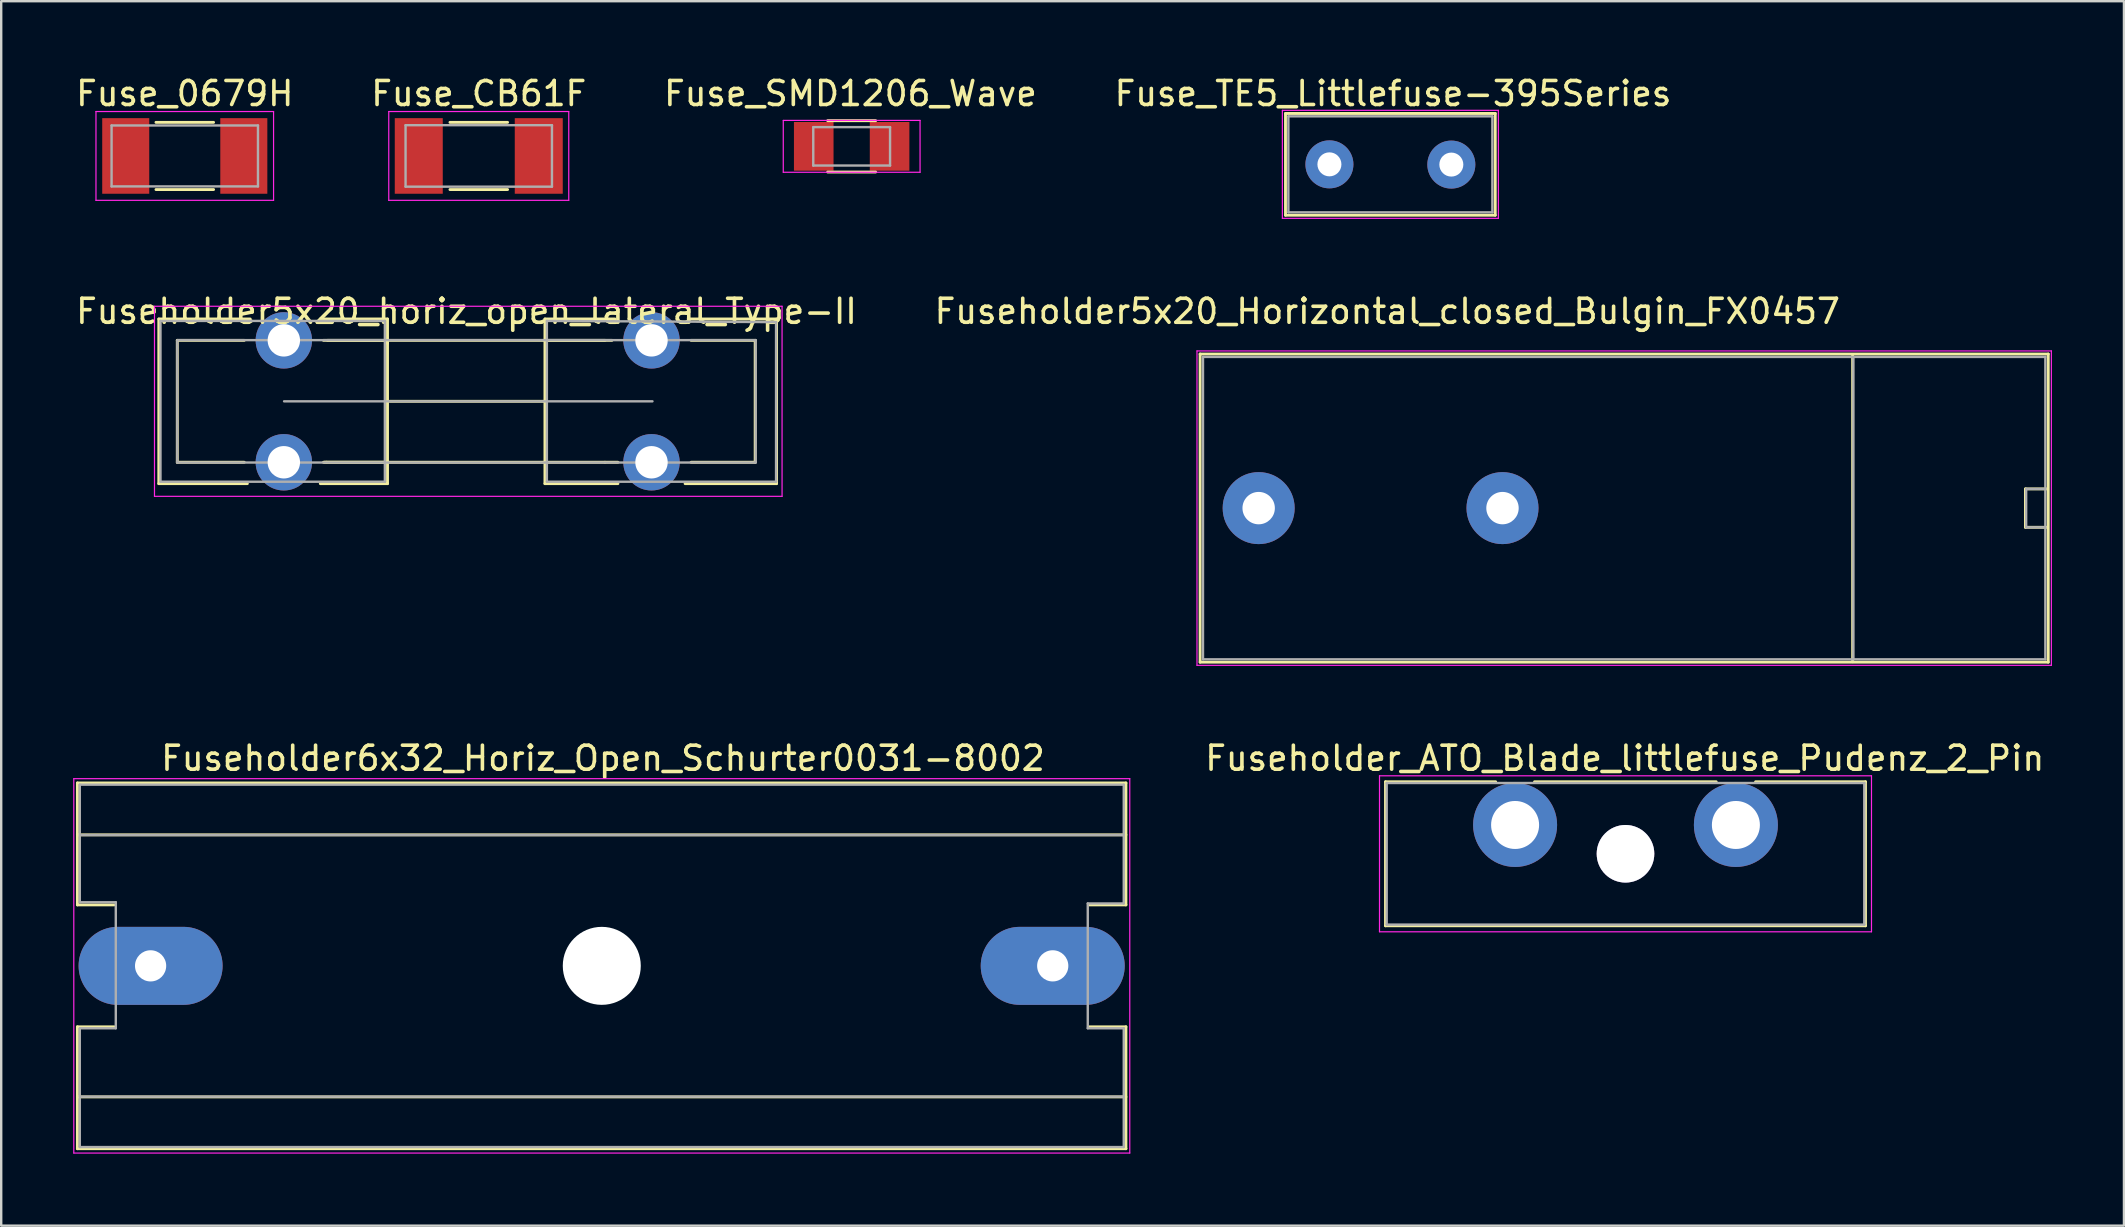
<source format=kicad_pcb>
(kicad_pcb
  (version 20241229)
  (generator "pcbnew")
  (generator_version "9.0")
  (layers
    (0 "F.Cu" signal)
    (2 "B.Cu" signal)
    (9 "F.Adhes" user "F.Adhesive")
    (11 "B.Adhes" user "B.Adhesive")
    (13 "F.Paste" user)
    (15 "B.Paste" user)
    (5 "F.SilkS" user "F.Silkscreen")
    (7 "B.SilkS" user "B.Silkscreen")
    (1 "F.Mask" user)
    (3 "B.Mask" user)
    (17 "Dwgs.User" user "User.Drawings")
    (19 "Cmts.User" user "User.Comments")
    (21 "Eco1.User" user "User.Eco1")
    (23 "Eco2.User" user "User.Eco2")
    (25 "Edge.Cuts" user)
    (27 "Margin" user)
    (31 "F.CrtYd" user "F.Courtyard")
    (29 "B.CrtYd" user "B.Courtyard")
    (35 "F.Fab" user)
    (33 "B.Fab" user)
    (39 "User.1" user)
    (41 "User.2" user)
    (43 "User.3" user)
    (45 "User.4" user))
  (footprint "Fuseholder5x20_horiz_open_lateral_Type-II"
    (layer "F.Cu")
    (at 8.777 11.132)
    (property "Reference" "Fuseholder5x20_horiz_open_lateral_Type-II" (at 7.61 -1.21 0) (layer "F.SilkS") (effects (font (size 1 1) (thickness 0.15))))
    (attr through_hole)
    (fp_line (start -5.21 -0.89) (end -5.21 5.97) (stroke (width 0.12) (type solid)) (layer "F.SilkS"))
    (fp_line (start -5.21 -0.89) (end -1.4 -0.89) (stroke (width 0.12) (type solid)) (layer "F.SilkS"))
    (fp_line (start -5.21 5.97) (end -1.52 5.97) (stroke (width 0.12) (type solid)) (layer "F.SilkS"))
    (fp_line (start -4.44 0) (end -4.44 5.08) (stroke (width 0.12) (type solid)) (layer "F.SilkS"))
    (fp_line (start -4.44 0) (end -1.65 0) (stroke (width 0.12) (type solid)) (layer "F.SilkS"))
    (fp_line (start -4.44 5.08) (end -1.65 5.08) (stroke (width 0.12) (type solid)) (layer "F.SilkS"))
    (fp_line (start 1.78 5.08) (end 1.65 5.08) (stroke (width 0.12) (type solid)) (layer "F.SilkS"))
    (fp_line (start 1.78 5.08) (end 4.32 5.08) (stroke (width 0.12) (type solid)) (layer "F.SilkS"))
    (fp_line (start 1.82 0) (end 13.38 0) (stroke (width 0.12) (type solid)) (layer "F.SilkS"))
    (fp_line (start 4.32 -0.89) (end 1.52 -0.89) (stroke (width 0.12) (type solid)) (layer "F.SilkS"))
    (fp_line (start 4.32 -0.89) (end 4.32 0.13) (stroke (width 0.12) (type solid)) (layer "F.SilkS"))
    (fp_line (start 4.32 0) (end 1.65 0) (stroke (width 0.12) (type solid)) (layer "F.SilkS"))
    (fp_line (start 4.32 2.54) (end 4.32 0) (stroke (width 0.12) (type solid)) (layer "F.SilkS"))
    (fp_line (start 4.32 5.08) (end 4.32 2.54) (stroke (width 0.12) (type solid)) (layer "F.SilkS"))
    (fp_line (start 4.32 5.97) (end 1.52 5.97) (stroke (width 0.12) (type solid)) (layer "F.SilkS"))
    (fp_line (start 4.32 5.97) (end 4.32 5.08) (stroke (width 0.12) (type solid)) (layer "F.SilkS"))
    (fp_line (start 10.88 -0.89) (end 10.88 0) (stroke (width 0.12) (type solid)) (layer "F.SilkS"))
    (fp_line (start 10.88 -0.89) (end 13.8 -0.89) (stroke (width 0.12) (type solid)) (layer "F.SilkS"))
    (fp_line (start 10.88 0) (end 13.67 0) (stroke (width 0.12) (type solid)) (layer "F.SilkS"))
    (fp_line (start 10.88 2.54) (end 10.88 0) (stroke (width 0.12) (type solid)) (layer "F.SilkS"))
    (fp_line (start 10.88 5.08) (end 10.88 2.54) (stroke (width 0.12) (type solid)) (layer "F.SilkS"))
    (fp_line (start 10.88 5.97) (end 10.88 5.08) (stroke (width 0.12) (type solid)) (layer "F.SilkS"))
    (fp_line (start 10.88 5.97) (end 13.92 5.97) (stroke (width 0.12) (type solid)) (layer "F.SilkS"))
    (fp_line (start 10.91 2.54) (end 4.41 2.54) (stroke (width 0.12) (type solid)) (layer "F.SilkS"))
    (fp_line (start 13.38 5.08) (end 1.69 5.08) (stroke (width 0.12) (type solid)) (layer "F.SilkS"))
    (fp_line (start 13.38 5.08) (end 13.92 5.08) (stroke (width 0.12) (type solid)) (layer "F.SilkS"))
    (fp_line (start 19.64 0) (end 16.97 0) (stroke (width 0.12) (type solid)) (layer "F.SilkS"))
    (fp_line (start 19.64 0) (end 19.64 5.08) (stroke (width 0.12) (type solid)) (layer "F.SilkS"))
    (fp_line (start 19.64 5.08) (end 16.97 5.08) (stroke (width 0.12) (type solid)) (layer "F.SilkS"))
    (fp_line (start 20.53 -0.89) (end 16.85 -0.89) (stroke (width 0.12) (type solid)) (layer "F.SilkS"))
    (fp_line (start 20.53 -0.89) (end 20.53 5.97) (stroke (width 0.12) (type solid)) (layer "F.SilkS"))
    (fp_line (start 20.53 5.97) (end 16.72 5.97) (stroke (width 0.12) (type solid)) (layer "F.SilkS"))
    (fp_line (start -5.39 -1.42) (end -5.39 6.5) (stroke (width 0.05) (type solid)) (layer "F.CrtYd"))
    (fp_line (start -5.39 -1.42) (end 20.76 -1.42) (stroke (width 0.05) (type solid)) (layer "F.CrtYd"))
    (fp_line (start 20.76 6.5) (end -5.39 6.5) (stroke (width 0.05) (type solid)) (layer "F.CrtYd"))
    (fp_line (start 20.76 6.5) (end 20.76 -1.42) (stroke (width 0.05) (type solid)) (layer "F.CrtYd"))
    (fp_line (start -5.14 -0.81) (end 4.21 -0.81) (stroke (width 0.1) (type solid)) (layer "F.Fab"))
    (fp_line (start -5.14 5.89) (end -5.14 -0.81) (stroke (width 0.1) (type solid)) (layer "F.Fab"))
    (fp_line (start -4.44 -0.01) (end 19.66 -0.01) (stroke (width 0.1) (type solid)) (layer "F.Fab"))
    (fp_line (start -4.44 5.09) (end -4.44 0.04) (stroke (width 0.1) (type solid)) (layer "F.Fab"))
    (fp_line (start 0.01 2.54) (end 15.36 2.54) (stroke (width 0.1) (type solid)) (layer "F.Fab"))
    (fp_line (start 4.21 -0.81) (end 4.21 5.89) (stroke (width 0.1) (type solid)) (layer "F.Fab"))
    (fp_line (start 4.21 5.89) (end -5.14 5.89) (stroke (width 0.1) (type solid)) (layer "F.Fab"))
    (fp_line (start 10.96 -0.81) (end 10.96 5.89) (stroke (width 0.1) (type solid)) (layer "F.Fab"))
    (fp_line (start 10.96 5.89) (end 20.51 5.89) (stroke (width 0.1) (type solid)) (layer "F.Fab"))
    (fp_line (start 19.66 -0.01) (end 19.66 5.09) (stroke (width 0.1) (type solid)) (layer "F.Fab"))
    (fp_line (start 19.66 5.09) (end -4.44 5.09) (stroke (width 0.1) (type solid)) (layer "F.Fab"))
    (fp_line (start 20.51 -0.76) (end 10.96 -0.81) (stroke (width 0.1) (type solid)) (layer "F.Fab"))
    (fp_line (start 20.51 5.89) (end 20.51 -0.76) (stroke (width 0.1) (type solid)) (layer "F.Fab"))
    (pad "1" thru_hole circle (at 0 0) (size 2.35 2.35) (drill 1.35) (layers "*.Cu" "*.Mask"))
    (pad "1" thru_hole circle (at 0 5.08) (size 2.35 2.35) (drill 1.35) (layers "*.Cu" "*.Mask"))
    (pad "2" thru_hole circle (at 15.32 0) (size 2.35 2.35) (drill 1.35) (layers "*.Cu" "*.Mask"))
    (pad "2" thru_hole circle (at 15.32 5.08) (size 2.35 2.35) (drill 1.35) (layers "*.Cu" "*.Mask")))
  (footprint "Fuse_0679H"
    (layer "F.Cu")
    (at 4.649 3.448)
    (property "Reference" "Fuse_0679H" (at 0 -2.6 0) (layer "F.SilkS") (effects (font (size 1 1) (thickness 0.15))))
    (attr smd)
    (fp_line (start -1.2 -1.4) (end 1.2 -1.4) (stroke (width 0.12) (type solid)) (layer "F.SilkS"))
    (fp_line (start -1.2 1.4) (end 1.2 1.4) (stroke (width 0.12) (type solid)) (layer "F.SilkS"))
    (fp_line (start -3.7 -1.85) (end 3.7 -1.85) (stroke (width 0.05) (type solid)) (layer "F.CrtYd"))
    (fp_line (start -3.7 1.85) (end -3.7 -1.85) (stroke (width 0.05) (type solid)) (layer "F.CrtYd"))
    (fp_line (start 3.7 -1.85) (end 3.7 1.85) (stroke (width 0.05) (type solid)) (layer "F.CrtYd"))
    (fp_line (start 3.7 1.85) (end -3.7 1.85) (stroke (width 0.05) (type solid)) (layer "F.CrtYd"))
    (fp_line (start -3.05 -1.27) (end 3.05 -1.27) (stroke (width 0.1) (type solid)) (layer "F.Fab"))
    (fp_line (start -3.05 1.27) (end -3.05 -1.27) (stroke (width 0.1) (type solid)) (layer "F.Fab"))
    (fp_line (start 3.05 -1.27) (end 3.05 1.27) (stroke (width 0.1) (type solid)) (layer "F.Fab"))
    (fp_line (start 3.05 1.27) (end -3.05 1.27) (stroke (width 0.1) (type solid)) (layer "F.Fab"))
    (pad "1" smd rect (at -2.46 0) (size 1.96 3.15) (layers "F.Cu" "F.Mask" "F.Paste"))
    (pad "2" smd rect (at 2.46 0) (size 1.96 3.15) (layers "F.Cu" "F.Mask" "F.Paste")))
  (footprint "Fuse_CB61F"
    (layer "F.Cu")
    (at 16.899 3.448)
    (property "Reference" "Fuse_CB61F" (at 0 -2.6 0) (layer "F.SilkS") (effects (font (size 1 1) (thickness 0.15))))
    (attr smd)
    (fp_line (start -1.2 -1.4) (end 1.2 -1.4) (stroke (width 0.12) (type solid)) (layer "F.SilkS"))
    (fp_line (start -1.2 1.4) (end 1.2 1.4) (stroke (width 0.12) (type solid)) (layer "F.SilkS"))
    (fp_line (start -3.75 -1.85) (end 3.75 -1.85) (stroke (width 0.05) (type solid)) (layer "F.CrtYd"))
    (fp_line (start -3.75 1.85) (end -3.75 -1.85) (stroke (width 0.05) (type solid)) (layer "F.CrtYd"))
    (fp_line (start 3.75 -1.85) (end 3.75 1.85) (stroke (width 0.05) (type solid)) (layer "F.CrtYd"))
    (fp_line (start 3.75 1.85) (end -3.75 1.85) (stroke (width 0.05) (type solid)) (layer "F.CrtYd"))
    (fp_line (start -3.05 -1.28) (end 3.05 -1.28) (stroke (width 0.1) (type solid)) (layer "F.Fab"))
    (fp_line (start -3.05 1.28) (end -3.05 -1.28) (stroke (width 0.1) (type solid)) (layer "F.Fab"))
    (fp_line (start 3.05 -1.28) (end 3.05 1.28) (stroke (width 0.1) (type solid)) (layer "F.Fab"))
    (fp_line (start 3.05 1.28) (end -3.05 1.28) (stroke (width 0.1) (type solid)) (layer "F.Fab"))
    (pad "1" smd rect (at -2.5 0) (size 2 3.15) (layers "F.Cu" "F.Mask" "F.Paste"))
    (pad "2" smd rect (at 2.5 0) (size 2 3.15) (layers "F.Cu" "F.Mask" "F.Paste")))
  (footprint "Fuse_SMD1206_Wave"
    (layer "F.Cu")
    (at 32.437 3.048)
    (property "Reference" "Fuse_SMD1206_Wave" (at -0.05 -2.2 0) (layer "F.SilkS") (effects (font (size 1 1) (thickness 0.15))))
    (attr smd)
    (fp_line (start -1 -1.07) (end 1 -1.07) (stroke (width 0.12) (type solid)) (layer "F.SilkS"))
    (fp_line (start 1 1.07) (end -1 1.07) (stroke (width 0.12) (type solid)) (layer "F.SilkS"))
    (fp_line (start -2.85 -1.08) (end -2.85 1.08) (stroke (width 0.05) (type solid)) (layer "F.CrtYd"))
    (fp_line (start -2.85 -1.08) (end 2.85 -1.08) (stroke (width 0.05) (type solid)) (layer "F.CrtYd"))
    (fp_line (start 2.85 1.08) (end -2.85 1.08) (stroke (width 0.05) (type solid)) (layer "F.CrtYd"))
    (fp_line (start 2.85 1.08) (end 2.85 -1.08) (stroke (width 0.05) (type solid)) (layer "F.CrtYd"))
    (fp_line (start -1.6 -0.8) (end 1.6 -0.8) (stroke (width 0.1) (type solid)) (layer "F.Fab"))
    (fp_line (start -1.6 0.8) (end -1.6 -0.8) (stroke (width 0.1) (type solid)) (layer "F.Fab"))
    (fp_line (start 1.6 -0.8) (end 1.6 0.8) (stroke (width 0.1) (type solid)) (layer "F.Fab"))
    (fp_line (start 1.6 0.8) (end -1.6 0.8) (stroke (width 0.1) (type solid)) (layer "F.Fab"))
    (pad "1" smd rect (at -1.58 0 90) (size 2.03 1.65) (layers "F.Cu" "F.Mask" "F.Paste"))
    (pad "2" smd rect (at 1.58 0 90) (size 2.03 1.65) (layers "F.Cu" "F.Mask" "F.Paste")))
  (footprint "Fuseholder6x32_Horiz_Open_Schurter0031-8002"
    (layer "F.Cu")
    (at 3.225 37.195)
    (property "Reference" "Fuseholder6x32_Horiz_Open_Schurter0031-8002" (at 18.85 -8.65 0) (layer "F.SilkS") (effects (font (size 1 1) (thickness 0.15))))
    (attr through_hole)
    (fp_line (start -3.05 -7.62) (end -3.05 -2.54) (stroke (width 0.12) (type solid)) (layer "F.SilkS"))
    (fp_line (start -3.05 -7.62) (end 40.64 -7.62) (stroke (width 0.12) (type solid)) (layer "F.SilkS"))
    (fp_line (start -3.05 -5.46) (end 40.64 -5.46) (stroke (width 0.12) (type solid)) (layer "F.SilkS"))
    (fp_line (start -3.05 -2.54) (end -1.52 -2.54) (stroke (width 0.12) (type solid)) (layer "F.SilkS"))
    (fp_line (start -3.05 2.54) (end -3.05 7.62) (stroke (width 0.12) (type solid)) (layer "F.SilkS"))
    (fp_line (start -1.52 2.54) (end -3.05 2.54) (stroke (width 0.12) (type solid)) (layer "F.SilkS"))
    (fp_line (start 39.12 2.54) (end 40.64 2.54) (stroke (width 0.12) (type solid)) (layer "F.SilkS"))
    (fp_line (start 40.64 -7.62) (end 40.64 -2.54) (stroke (width 0.12) (type solid)) (layer "F.SilkS"))
    (fp_line (start 40.64 -2.54) (end 39.12 -2.54) (stroke (width 0.12) (type solid)) (layer "F.SilkS"))
    (fp_line (start 40.64 2.54) (end 40.64 7.62) (stroke (width 0.12) (type solid)) (layer "F.SilkS"))
    (fp_line (start 40.64 5.46) (end -3.05 5.46) (stroke (width 0.12) (type solid)) (layer "F.SilkS"))
    (fp_line (start 40.64 7.62) (end -3.05 7.62) (stroke (width 0.12) (type solid)) (layer "F.SilkS"))
    (fp_line (start -3.2 -7.8) (end -3.2 7.8) (stroke (width 0.05) (type solid)) (layer "F.CrtYd"))
    (fp_line (start -3.2 -7.8) (end 40.8 -7.8) (stroke (width 0.05) (type solid)) (layer "F.CrtYd"))
    (fp_line (start 40.8 7.8) (end -3.2 7.8) (stroke (width 0.05) (type solid)) (layer "F.CrtYd"))
    (fp_line (start 40.8 7.8) (end 40.8 -7.8) (stroke (width 0.05) (type solid)) (layer "F.CrtYd"))
    (fp_line (start -2.95 -7.55) (end -2.95 -2.65) (stroke (width 0.1) (type solid)) (layer "F.Fab"))
    (fp_line (start -2.95 -5.45) (end 40.55 -5.45) (stroke (width 0.1) (type solid)) (layer "F.Fab"))
    (fp_line (start -2.95 -2.65) (end -1.45 -2.65) (stroke (width 0.1) (type solid)) (layer "F.Fab"))
    (fp_line (start -2.95 2.6) (end -2.95 7.55) (stroke (width 0.1) (type solid)) (layer "F.Fab"))
    (fp_line (start -2.95 5.45) (end 40.55 5.45) (stroke (width 0.1) (type solid)) (layer "F.Fab"))
    (fp_line (start -2.95 7.55) (end 40.55 7.55) (stroke (width 0.1) (type solid)) (layer "F.Fab"))
    (fp_line (start -1.45 -2.65) (end -1.45 2.6) (stroke (width 0.1) (type solid)) (layer "F.Fab"))
    (fp_line (start -1.45 2.6) (end -2.95 2.6) (stroke (width 0.1) (type solid)) (layer "F.Fab"))
    (fp_line (start 39.05 -2.6) (end 40.55 -2.6) (stroke (width 0.1) (type solid)) (layer "F.Fab"))
    (fp_line (start 39.05 2.6) (end 39.05 -2.6) (stroke (width 0.1) (type solid)) (layer "F.Fab"))
    (fp_line (start 40.55 -7.55) (end -2.95 -7.55) (stroke (width 0.1) (type solid)) (layer "F.Fab"))
    (fp_line (start 40.55 -2.6) (end 40.55 -7.55) (stroke (width 0.1) (type solid)) (layer "F.Fab"))
    (fp_line (start 40.55 2.6) (end 39.05 2.6) (stroke (width 0.1) (type solid)) (layer "F.Fab"))
    (fp_line (start 40.55 7.55) (end 40.55 2.6) (stroke (width 0.1) (type solid)) (layer "F.Fab"))
    (pad "" np_thru_hole circle (at 18.8 0) (size 3.25 3.25) (drill 3.25) (layers "*.Cu" "*.Mask"))
    (pad "1" thru_hole oval (at 0 0 90) (size 3.25 6) (drill 1.3) (layers "*.Cu" "*.Mask"))
    (pad "2" thru_hole oval (at 37.59 0 90) (size 3.25 6) (drill 1.3) (layers "*.Cu" "*.Mask")))
  (footprint "Fuseholder5x20_Horizontal_closed_Bulgin_FX0457"
    (layer "F.Cu")
    (at 49.396 18.122)
    (property "Reference" "Fuseholder5x20_Horizontal_closed_Bulgin_FX0457" (at 5.36 -8.2 0) (layer "F.SilkS") (effects (font (size 1 1) (thickness 0.15))))
    (attr through_hole)
    (fp_line (start -2.44 -6.42) (end -2.44 6.42) (stroke (width 0.12) (type solid)) (layer "F.SilkS"))
    (fp_line (start -2.44 -6.42) (end 32.9 -6.42) (stroke (width 0.12) (type solid)) (layer "F.SilkS"))
    (fp_line (start 24.75 -6.4) (end 24.75 6.4) (stroke (width 0.12) (type solid)) (layer "F.SilkS"))
    (fp_line (start 31.95 -0.8) (end 31.95 0.8) (stroke (width 0.12) (type solid)) (layer "F.SilkS"))
    (fp_line (start 31.95 0.8) (end 32.85 0.8) (stroke (width 0.12) (type solid)) (layer "F.SilkS"))
    (fp_line (start 32.85 -0.8) (end 31.95 -0.8) (stroke (width 0.12) (type solid)) (layer "F.SilkS"))
    (fp_line (start 32.9 6.42) (end -2.44 6.42) (stroke (width 0.12) (type solid)) (layer "F.SilkS"))
    (fp_line (start 32.9 6.42) (end 32.9 -6.42) (stroke (width 0.12) (type solid)) (layer "F.SilkS"))
    (fp_line (start -2.57 -6.55) (end -2.57 6.55) (stroke (width 0.05) (type solid)) (layer "F.CrtYd"))
    (fp_line (start -2.57 -6.55) (end 33.03 -6.55) (stroke (width 0.05) (type solid)) (layer "F.CrtYd"))
    (fp_line (start 33.03 6.55) (end -2.57 6.55) (stroke (width 0.05) (type solid)) (layer "F.CrtYd"))
    (fp_line (start 33.03 6.55) (end 33.03 -6.55) (stroke (width 0.05) (type solid)) (layer "F.CrtYd"))
    (fp_line (start -2.32 6.3) (end -2.32 -6.3) (stroke (width 0.1) (type solid)) (layer "F.Fab"))
    (fp_line (start -2.32 6.3) (end 32.78 6.3) (stroke (width 0.1) (type solid)) (layer "F.Fab"))
    (fp_line (start 24.78 6.3) (end 24.78 -6.3) (stroke (width 0.1) (type solid)) (layer "F.Fab"))
    (fp_line (start 31.98 -0.8) (end 31.98 0.8) (stroke (width 0.1) (type solid)) (layer "F.Fab"))
    (fp_line (start 31.98 0.8) (end 32.78 0.8) (stroke (width 0.1) (type solid)) (layer "F.Fab"))
    (fp_line (start 32.78 -6.3) (end -2.32 -6.3) (stroke (width 0.1) (type solid)) (layer "F.Fab"))
    (fp_line (start 32.78 -0.8) (end 31.98 -0.8) (stroke (width 0.1) (type solid)) (layer "F.Fab"))
    (fp_line (start 32.78 6.3) (end 32.78 -6.3) (stroke (width 0.1) (type solid)) (layer "F.Fab"))
    (pad "1" thru_hole circle (at 0 0) (size 3 3) (drill 1.35) (layers "*.Cu" "*.Mask"))
    (pad "2" thru_hole circle (at 10.16 0) (size 3 3) (drill 1.35) (layers "*.Cu" "*.Mask")))
  (footprint "Fuse_TE5_Littlefuse-395Series"
    (layer "F.Cu")
    (at 52.344 3.798)
    (property "Reference" "Fuse_TE5_Littlefuse-395Series" (at 2.65 -2.95 0) (layer "F.SilkS") (effects (font (size 1 1) (thickness 0.15))))
    (attr through_hole)
    (fp_line (start -1.83 -2.12) (end -1.83 2.12) (stroke (width 0.12) (type solid)) (layer "F.SilkS"))
    (fp_line (start -1.83 -2.12) (end 6.91 -2.12) (stroke (width 0.12) (type solid)) (layer "F.SilkS"))
    (fp_line (start 6.91 2.12) (end -1.83 2.12) (stroke (width 0.12) (type solid)) (layer "F.SilkS"))
    (fp_line (start 6.91 2.12) (end 6.91 -2.12) (stroke (width 0.12) (type solid)) (layer "F.SilkS"))
    (fp_line (start -1.96 -2.25) (end -1.96 2.25) (stroke (width 0.05) (type solid)) (layer "F.CrtYd"))
    (fp_line (start -1.96 -2.25) (end 7.04 -2.25) (stroke (width 0.05) (type solid)) (layer "F.CrtYd"))
    (fp_line (start 7.04 2.25) (end -1.96 2.25) (stroke (width 0.05) (type solid)) (layer "F.CrtYd"))
    (fp_line (start 7.04 2.25) (end 7.04 -2.25) (stroke (width 0.05) (type solid)) (layer "F.CrtYd"))
    (fp_line (start -1.71 -2) (end -1.71 2) (stroke (width 0.1) (type solid)) (layer "F.Fab"))
    (fp_line (start -1.71 2) (end 6.79 2) (stroke (width 0.1) (type solid)) (layer "F.Fab"))
    (fp_line (start 6.79 -2) (end -1.71 -2) (stroke (width 0.1) (type solid)) (layer "F.Fab"))
    (fp_line (start 6.79 2) (end 6.79 -2) (stroke (width 0.1) (type solid)) (layer "F.Fab"))
    (pad "1" thru_hole circle (at 0 0) (size 2 2) (drill 1) (layers "*.Cu" "*.Mask"))
    (pad "2" thru_hole circle (at 5.08 0.01) (size 2 2) (drill 1) (layers "*.Cu" "*.Mask")))
  (footprint "Fuseholder_ATO_Blade_littlefuse_Pudenz_2_Pin"
    (layer "F.Cu")
    (at 60.081 31.325)
    (property "Reference" "Fuseholder_ATO_Blade_littlefuse_Pudenz_2_Pin" (at 4.57 -2.78 0) (layer "F.SilkS") (effects (font (size 1 1) (thickness 0.15))))
    (attr through_hole)
    (fp_line (start -5.4 -1.8) (end -0.81 -1.8) (stroke (width 0.12) (type solid)) (layer "F.SilkS"))
    (fp_line (start -5.4 4.2) (end -5.4 -1.8) (stroke (width 0.12) (type solid)) (layer "F.SilkS"))
    (fp_line (start 0.81 -1.8) (end 8.38 -1.8) (stroke (width 0.12) (type solid)) (layer "F.SilkS"))
    (fp_line (start 10.02 -1.8) (end 14.6 -1.8) (stroke (width 0.12) (type solid)) (layer "F.SilkS"))
    (fp_line (start 14.6 -1.8) (end 14.6 4.2) (stroke (width 0.12) (type solid)) (layer "F.SilkS"))
    (fp_line (start 14.6 4.2) (end -5.4 4.2) (stroke (width 0.12) (type solid)) (layer "F.SilkS"))
    (fp_line (start -5.65 -2.05) (end -5.65 4.45) (stroke (width 0.05) (type solid)) (layer "F.CrtYd"))
    (fp_line (start -5.65 -2.05) (end 14.85 -2.05) (stroke (width 0.05) (type solid)) (layer "F.CrtYd"))
    (fp_line (start 14.85 4.45) (end -5.65 4.45) (stroke (width 0.05) (type solid)) (layer "F.CrtYd"))
    (fp_line (start 14.85 4.45) (end 14.85 -2.05) (stroke (width 0.05) (type solid)) (layer "F.CrtYd"))
    (fp_line (start -5.35 -1.75) (end 14.55 -1.75) (stroke (width 0.1) (type solid)) (layer "F.Fab"))
    (fp_line (start -5.35 4.15) (end -5.35 -1.75) (stroke (width 0.1) (type solid)) (layer "F.Fab"))
    (fp_line (start 14.55 -1.75) (end 14.55 4.15) (stroke (width 0.1) (type solid)) (layer "F.Fab"))
    (fp_line (start 14.55 4.15) (end -5.35 4.15) (stroke (width 0.1) (type solid)) (layer "F.Fab"))
    (pad "" thru_hole circle (at 4.6 1.2) (size 2.4 2.4) (drill 2.4) (layers "*.Cu" "*.Mask"))
    (pad "1" thru_hole circle (at 0 0) (size 3.5 3.5) (drill 2) (layers "*.Cu" "*.Mask"))
    (pad "2" thru_hole circle (at 9.2 0) (size 3.5 3.5) (drill 2) (layers "*.Cu" "*.Mask")))
  (gr_rect
    (start -3 -3)
    (end 85.451 48.02)
    (stroke (width 0.1) (type default))
    (fill no)
    (layer "Edge.Cuts")))
</source>
